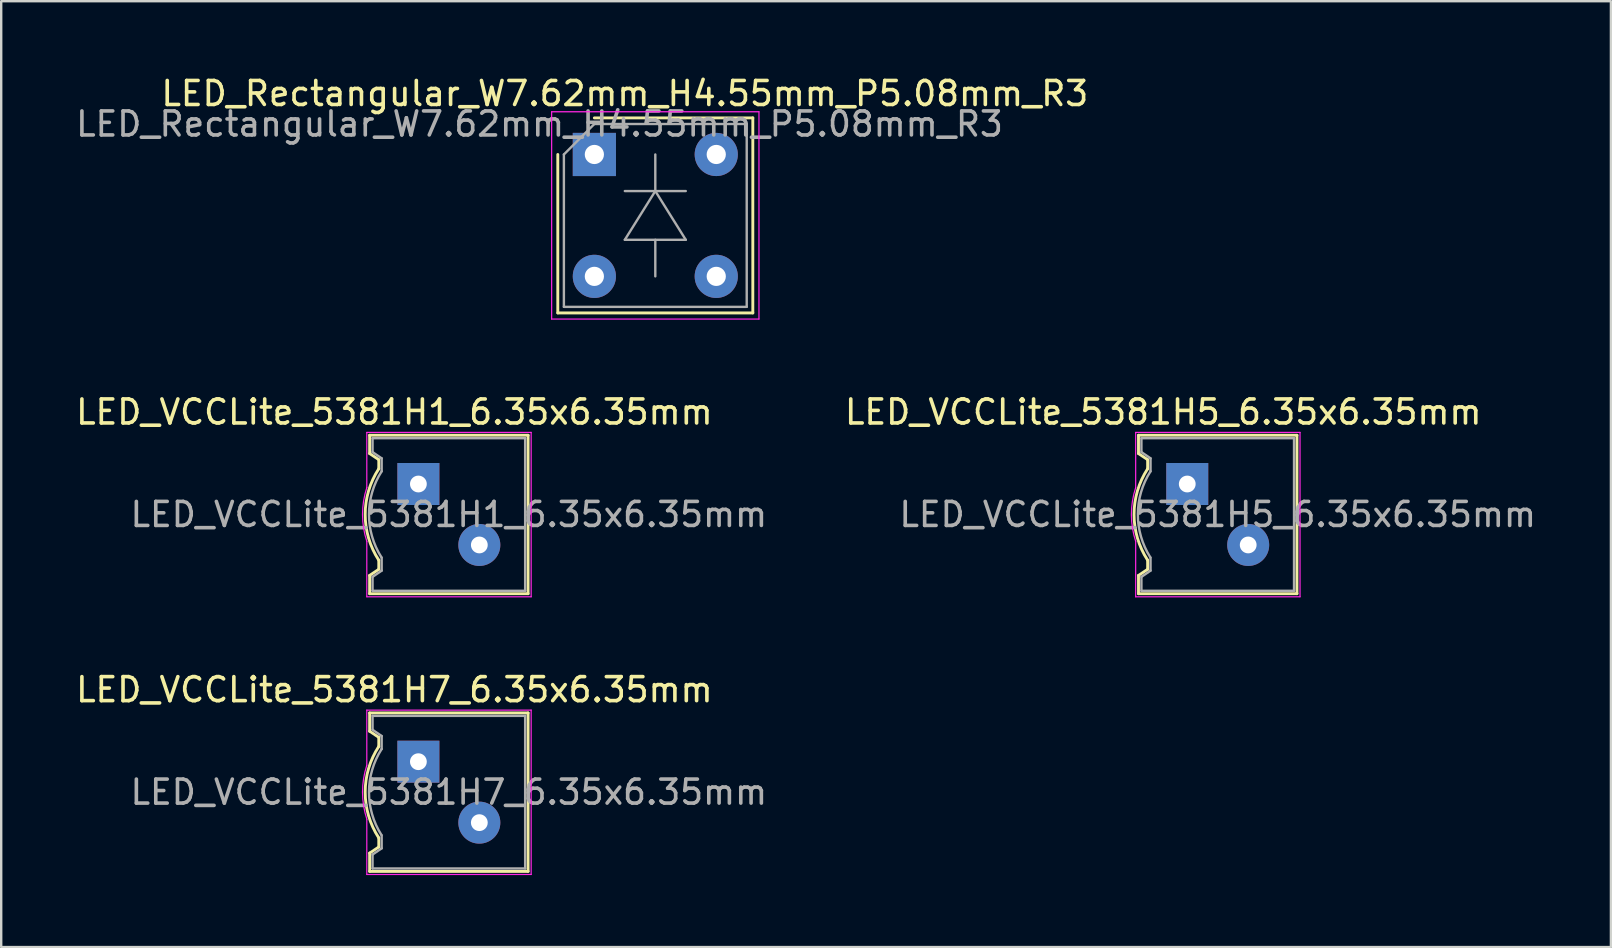
<source format=kicad_pcb>
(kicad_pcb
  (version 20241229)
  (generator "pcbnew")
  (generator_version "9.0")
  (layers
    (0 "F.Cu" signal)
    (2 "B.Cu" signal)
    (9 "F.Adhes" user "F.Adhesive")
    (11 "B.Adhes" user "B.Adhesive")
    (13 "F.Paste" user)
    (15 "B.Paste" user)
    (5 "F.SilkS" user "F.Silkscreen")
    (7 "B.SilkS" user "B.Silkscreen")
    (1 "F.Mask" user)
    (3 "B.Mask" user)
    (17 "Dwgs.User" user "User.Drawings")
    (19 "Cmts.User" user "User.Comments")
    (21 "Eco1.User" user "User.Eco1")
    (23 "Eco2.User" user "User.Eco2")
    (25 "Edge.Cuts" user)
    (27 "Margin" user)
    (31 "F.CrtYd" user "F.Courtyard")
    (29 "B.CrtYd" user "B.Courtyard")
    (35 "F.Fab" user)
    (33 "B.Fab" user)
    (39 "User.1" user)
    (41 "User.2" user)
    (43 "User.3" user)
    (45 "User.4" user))
  (footprint "LED_VCCLite_5381H7_6.35x6.35mm"
    (layer "F.Cu")
    (at 14.387 28.695)
    (property "Reference" "LED_VCCLite_5381H7_6.35x6.35mm" (at -1 -3 0) (layer "F.SilkS") (effects (font (size 1 1) (thickness 0.15))))
    (attr through_hole)
    (fp_line (start -2.032 -2.032) (end -2.032 -1.27) (stroke (width 0.12) (type solid)) (layer "F.SilkS"))
    (fp_line (start -2.032 -1.27) (end -1.651 -1.016) (stroke (width 0.12) (type solid)) (layer "F.SilkS"))
    (fp_line (start -2.032 4.572) (end -2.032 3.81) (stroke (width 0.12) (type solid)) (layer "F.SilkS"))
    (fp_line (start -1.651 -1.016) (end -1.651 -0.635) (stroke (width 0.12) (type solid)) (layer "F.SilkS"))
    (fp_line (start -1.651 3.556) (end -2.032 3.81) (stroke (width 0.12) (type solid)) (layer "F.SilkS"))
    (fp_line (start -1.651 3.556) (end -1.651 3.175) (stroke (width 0.12) (type solid)) (layer "F.SilkS"))
    (fp_line (start 4.572 -2.032) (end -2.032 -2.032) (stroke (width 0.12) (type solid)) (layer "F.SilkS"))
    (fp_line (start 4.572 4.572) (end -2.032 4.572) (stroke (width 0.12) (type solid)) (layer "F.SilkS"))
    (fp_line (start 4.572 4.572) (end 4.572 -2.032) (stroke (width 0.12) (type solid)) (layer "F.SilkS"))
    (fp_arc (start -1.651753 3.173843) (mid -2.2173 1.26931) (end -1.650999 -0.634999) (stroke (width 0.12) (type solid)) (layer "F.SilkS"))
    (fp_line (start -2.15 -2.15) (end -2.15 0.15) (stroke (width 0.05) (type solid)) (layer "F.CrtYd"))
    (fp_line (start -2.15 -2.15) (end 4.7 -2.15) (stroke (width 0.05) (type solid)) (layer "F.CrtYd"))
    (fp_line (start -2.15 4.7) (end -2.15 2.4) (stroke (width 0.05) (type solid)) (layer "F.CrtYd"))
    (fp_line (start 4.7 -2.15) (end 4.7 4.7) (stroke (width 0.05) (type solid)) (layer "F.CrtYd"))
    (fp_line (start 4.7 4.7) (end -2.15 4.7) (stroke (width 0.05) (type solid)) (layer "F.CrtYd"))
    (fp_arc (start -2.147033 2.39902) (mid -2.328719 1.274748) (end -2.15 0.15) (stroke (width 0.05) (type solid)) (layer "F.CrtYd"))
    (fp_line (start -1.91 -1.91) (end -1.91 -1.33) (stroke (width 0.1) (type solid)) (layer "F.Fab"))
    (fp_line (start -1.91 -1.91) (end 4.45 -1.91) (stroke (width 0.1) (type solid)) (layer "F.Fab"))
    (fp_line (start -1.91 -1.33) (end -1.53 -1.07) (stroke (width 0.1) (type solid)) (layer "F.Fab"))
    (fp_line (start -1.91 3.87) (end -1.53 3.61) (stroke (width 0.1) (type solid)) (layer "F.Fab"))
    (fp_line (start -1.91 4.45) (end -1.91 3.87) (stroke (width 0.1) (type solid)) (layer "F.Fab"))
    (fp_line (start -1.53 -1.07) (end -1.53 -0.53) (stroke (width 0.1) (type solid)) (layer "F.Fab"))
    (fp_line (start -1.53 3.61) (end -1.53 3.07) (stroke (width 0.1) (type solid)) (layer "F.Fab"))
    (fp_line (start 4.45 -1.91) (end 4.45 4.45) (stroke (width 0.1) (type solid)) (layer "F.Fab"))
    (fp_line (start 4.45 4.45) (end -1.91 4.45) (stroke (width 0.1) (type solid)) (layer "F.Fab"))
    (fp_arc (start -1.538265 3.057078) (mid -2.058655 1.26233) (end -1.53 -0.53) (stroke (width 0.1) (type solid)) (layer "F.Fab"))
    (fp_text user "${REFERENCE}" (at 1.27 1.27 0) (layer "F.Fab") (effects (font (size 1 1) (thickness 0.15))))
    (pad "1" thru_hole rect (at 0 0 270) (size 1.75 1.75) (drill 0.7) (layers "*.Cu" "*.Mask"))
    (pad "2" thru_hole circle (at 2.54 2.54 270) (size 1.75 1.75) (drill 0.7) (layers "*.Cu" "*.Mask")))
  (footprint "LED_VCCLite_5381H1_6.35x6.35mm"
    (layer "F.Cu")
    (at 14.387 17.122)
    (property "Reference" "LED_VCCLite_5381H1_6.35x6.35mm" (at -1 -3 0) (layer "F.SilkS") (effects (font (size 1 1) (thickness 0.15))))
    (attr through_hole)
    (fp_line (start -2.032 -2.032) (end -2.032 -1.27) (stroke (width 0.12) (type solid)) (layer "F.SilkS"))
    (fp_line (start -2.032 -1.27) (end -1.651 -1.016) (stroke (width 0.12) (type solid)) (layer "F.SilkS"))
    (fp_line (start -2.032 4.572) (end -2.032 3.81) (stroke (width 0.12) (type solid)) (layer "F.SilkS"))
    (fp_line (start -1.651 -1.016) (end -1.651 -0.635) (stroke (width 0.12) (type solid)) (layer "F.SilkS"))
    (fp_line (start -1.651 3.556) (end -2.032 3.81) (stroke (width 0.12) (type solid)) (layer "F.SilkS"))
    (fp_line (start -1.651 3.556) (end -1.651 3.175) (stroke (width 0.12) (type solid)) (layer "F.SilkS"))
    (fp_line (start 4.572 -2.032) (end -2.032 -2.032) (stroke (width 0.12) (type solid)) (layer "F.SilkS"))
    (fp_line (start 4.572 4.572) (end -2.032 4.572) (stroke (width 0.12) (type solid)) (layer "F.SilkS"))
    (fp_line (start 4.572 4.572) (end 4.572 -2.032) (stroke (width 0.12) (type solid)) (layer "F.SilkS"))
    (fp_arc (start -1.651753 3.173843) (mid -2.2173 1.26931) (end -1.650999 -0.634999) (stroke (width 0.12) (type solid)) (layer "F.SilkS"))
    (fp_line (start -2.15 -2.15) (end -2.15 0.15) (stroke (width 0.05) (type solid)) (layer "F.CrtYd"))
    (fp_line (start -2.15 -2.15) (end 4.7 -2.15) (stroke (width 0.05) (type solid)) (layer "F.CrtYd"))
    (fp_line (start -2.15 4.7) (end -2.15 2.4) (stroke (width 0.05) (type solid)) (layer "F.CrtYd"))
    (fp_line (start 4.7 -2.15) (end 4.7 4.7) (stroke (width 0.05) (type solid)) (layer "F.CrtYd"))
    (fp_line (start 4.7 4.7) (end -2.15 4.7) (stroke (width 0.05) (type solid)) (layer "F.CrtYd"))
    (fp_arc (start -2.147033 2.39902) (mid -2.328719 1.274748) (end -2.15 0.15) (stroke (width 0.05) (type solid)) (layer "F.CrtYd"))
    (fp_line (start -1.91 -1.91) (end -1.91 -1.33) (stroke (width 0.1) (type solid)) (layer "F.Fab"))
    (fp_line (start -1.91 -1.91) (end 4.45 -1.91) (stroke (width 0.1) (type solid)) (layer "F.Fab"))
    (fp_line (start -1.91 -1.33) (end -1.53 -1.07) (stroke (width 0.1) (type solid)) (layer "F.Fab"))
    (fp_line (start -1.91 3.87) (end -1.53 3.61) (stroke (width 0.1) (type solid)) (layer "F.Fab"))
    (fp_line (start -1.91 4.45) (end -1.91 3.87) (stroke (width 0.1) (type solid)) (layer "F.Fab"))
    (fp_line (start -1.53 -1.07) (end -1.53 -0.53) (stroke (width 0.1) (type solid)) (layer "F.Fab"))
    (fp_line (start -1.53 3.61) (end -1.53 3.07) (stroke (width 0.1) (type solid)) (layer "F.Fab"))
    (fp_line (start 4.45 -1.91) (end 4.45 4.45) (stroke (width 0.1) (type solid)) (layer "F.Fab"))
    (fp_line (start 4.45 4.45) (end -1.91 4.45) (stroke (width 0.1) (type solid)) (layer "F.Fab"))
    (fp_arc (start -1.538265 3.057078) (mid -2.058655 1.26233) (end -1.53 -0.53) (stroke (width 0.1) (type solid)) (layer "F.Fab"))
    (fp_text user "${REFERENCE}" (at 1.27 1.27 0) (layer "F.Fab") (effects (font (size 1 1) (thickness 0.15))))
    (pad "1" thru_hole rect (at 0 0 270) (size 1.75 1.75) (drill 0.7) (layers "*.Cu" "*.Mask"))
    (pad "2" thru_hole circle (at 2.54 2.54 270) (size 1.75 1.75) (drill 0.7) (layers "*.Cu" "*.Mask")))
  (footprint "LED_Rectangular_W7.62mm_H4.55mm_P5.08mm_R3"
    (layer "F.Cu")
    (at 21.721 3.388)
    (property "Reference" "LED_Rectangular_W7.62mm_H4.55mm_P5.08mm_R3" (at 1.27 -2.54 0) (layer "F.SilkS") (effects (font (size 1 1) (thickness 0.15))))
    (attr through_hole)
    (fp_line (start -1.524 0) (end -1.524 6.604) (stroke (width 0.12) (type solid)) (layer "F.SilkS"))
    (fp_line (start -1.524 6.604) (end 6.604 6.604) (stroke (width 0.12) (type solid)) (layer "F.SilkS"))
    (fp_line (start 6.604 -1.524) (end 0 -1.524) (stroke (width 0.12) (type solid)) (layer "F.SilkS"))
    (fp_line (start 6.604 6.604) (end 6.604 -1.524) (stroke (width 0.12) (type solid)) (layer "F.SilkS"))
    (fp_line (start -1.78 -1.78) (end 6.86 -1.78) (stroke (width 0.05) (type solid)) (layer "F.CrtYd"))
    (fp_line (start -1.78 6.86) (end -1.78 -1.78) (stroke (width 0.05) (type solid)) (layer "F.CrtYd"))
    (fp_line (start 6.86 -1.78) (end 6.86 6.86) (stroke (width 0.05) (type solid)) (layer "F.CrtYd"))
    (fp_line (start 6.86 6.86) (end -1.78 6.86) (stroke (width 0.05) (type solid)) (layer "F.CrtYd"))
    (fp_line (start -1.27 0) (end -1.27 6.35) (stroke (width 0.1) (type solid)) (layer "F.Fab"))
    (fp_line (start -1.27 6.35) (end 6.35 6.35) (stroke (width 0.1) (type solid)) (layer "F.Fab"))
    (fp_line (start 0 -1.27) (end -1.27 0) (stroke (width 0.1) (type solid)) (layer "F.Fab"))
    (fp_line (start 1.27 1.524) (end 3.81 1.524) (stroke (width 0.1) (type solid)) (layer "F.Fab"))
    (fp_line (start 1.27 3.556) (end 2.54 1.524) (stroke (width 0.1) (type solid)) (layer "F.Fab"))
    (fp_line (start 2.54 0) (end 2.54 1.524) (stroke (width 0.1) (type solid)) (layer "F.Fab"))
    (fp_line (start 2.54 1.524) (end 3.81 3.556) (stroke (width 0.1) (type solid)) (layer "F.Fab"))
    (fp_line (start 2.54 3.556) (end 2.54 5.08) (stroke (width 0.1) (type solid)) (layer "F.Fab"))
    (fp_line (start 3.81 3.556) (end 1.27 3.556) (stroke (width 0.1) (type solid)) (layer "F.Fab"))
    (fp_line (start 6.35 -1.27) (end 0 -1.27) (stroke (width 0.1) (type solid)) (layer "F.Fab"))
    (fp_line (start 6.35 6.35) (end 6.35 -1.27) (stroke (width 0.1) (type solid)) (layer "F.Fab"))
    (fp_text user "${REFERENCE}" (at -2.286 -1.27 0) (layer "F.Fab") (effects (font (size 1 1) (thickness 0.15))))
    (pad "1" thru_hole rect (at 0 0) (size 1.8 1.8) (drill 0.8) (layers "*.Cu" "*.Mask"))
    (pad "1" thru_hole circle (at 5.08 0) (size 1.8 1.8) (drill 0.8) (layers "*.Cu" "*.Mask"))
    (pad "2" thru_hole circle (at 0 5.08) (size 1.8 1.8) (drill 0.8) (layers "*.Cu" "*.Mask"))
    (pad "2" thru_hole circle (at 5.08 5.08) (size 1.8 1.8) (drill 0.8) (layers "*.Cu" "*.Mask")))
  (footprint "LED_VCCLite_5381H5_6.35x6.35mm"
    (layer "F.Cu")
    (at 46.431 17.122)
    (property "Reference" "LED_VCCLite_5381H5_6.35x6.35mm" (at -1 -3 0) (layer "F.SilkS") (effects (font (size 1 1) (thickness 0.15))))
    (attr through_hole)
    (fp_line (start -2.032 -2.032) (end -2.032 -1.27) (stroke (width 0.12) (type solid)) (layer "F.SilkS"))
    (fp_line (start -2.032 -1.27) (end -1.651 -1.016) (stroke (width 0.12) (type solid)) (layer "F.SilkS"))
    (fp_line (start -2.032 4.572) (end -2.032 3.81) (stroke (width 0.12) (type solid)) (layer "F.SilkS"))
    (fp_line (start -1.651 -1.016) (end -1.651 -0.635) (stroke (width 0.12) (type solid)) (layer "F.SilkS"))
    (fp_line (start -1.651 3.556) (end -2.032 3.81) (stroke (width 0.12) (type solid)) (layer "F.SilkS"))
    (fp_line (start -1.651 3.556) (end -1.651 3.175) (stroke (width 0.12) (type solid)) (layer "F.SilkS"))
    (fp_line (start 4.572 -2.032) (end -2.032 -2.032) (stroke (width 0.12) (type solid)) (layer "F.SilkS"))
    (fp_line (start 4.572 4.572) (end -2.032 4.572) (stroke (width 0.12) (type solid)) (layer "F.SilkS"))
    (fp_line (start 4.572 4.572) (end 4.572 -2.032) (stroke (width 0.12) (type solid)) (layer "F.SilkS"))
    (fp_arc (start -1.651753 3.173843) (mid -2.2173 1.26931) (end -1.650999 -0.634999) (stroke (width 0.12) (type solid)) (layer "F.SilkS"))
    (fp_line (start -2.15 -2.15) (end -2.15 0.15) (stroke (width 0.05) (type solid)) (layer "F.CrtYd"))
    (fp_line (start -2.15 -2.15) (end 4.7 -2.15) (stroke (width 0.05) (type solid)) (layer "F.CrtYd"))
    (fp_line (start -2.15 4.7) (end -2.15 2.4) (stroke (width 0.05) (type solid)) (layer "F.CrtYd"))
    (fp_line (start 4.7 -2.15) (end 4.7 4.7) (stroke (width 0.05) (type solid)) (layer "F.CrtYd"))
    (fp_line (start 4.7 4.7) (end -2.15 4.7) (stroke (width 0.05) (type solid)) (layer "F.CrtYd"))
    (fp_arc (start -2.147033 2.39902) (mid -2.328719 1.274748) (end -2.15 0.15) (stroke (width 0.05) (type solid)) (layer "F.CrtYd"))
    (fp_line (start -1.91 -1.91) (end -1.91 -1.33) (stroke (width 0.1) (type solid)) (layer "F.Fab"))
    (fp_line (start -1.91 -1.91) (end 4.45 -1.91) (stroke (width 0.1) (type solid)) (layer "F.Fab"))
    (fp_line (start -1.91 -1.33) (end -1.53 -1.07) (stroke (width 0.1) (type solid)) (layer "F.Fab"))
    (fp_line (start -1.91 3.87) (end -1.53 3.61) (stroke (width 0.1) (type solid)) (layer "F.Fab"))
    (fp_line (start -1.91 4.45) (end -1.91 3.87) (stroke (width 0.1) (type solid)) (layer "F.Fab"))
    (fp_line (start -1.53 -1.07) (end -1.53 -0.53) (stroke (width 0.1) (type solid)) (layer "F.Fab"))
    (fp_line (start -1.53 3.61) (end -1.53 3.07) (stroke (width 0.1) (type solid)) (layer "F.Fab"))
    (fp_line (start 4.45 -1.91) (end 4.45 4.45) (stroke (width 0.1) (type solid)) (layer "F.Fab"))
    (fp_line (start 4.45 4.45) (end -1.91 4.45) (stroke (width 0.1) (type solid)) (layer "F.Fab"))
    (fp_arc (start -1.538265 3.057078) (mid -2.058655 1.26233) (end -1.53 -0.53) (stroke (width 0.1) (type solid)) (layer "F.Fab"))
    (fp_text user "${REFERENCE}" (at 1.27 1.27 0) (layer "F.Fab") (effects (font (size 1 1) (thickness 0.15))))
    (pad "1" thru_hole rect (at 0 0 270) (size 1.75 1.75) (drill 0.7) (layers "*.Cu" "*.Mask"))
    (pad "2" thru_hole circle (at 2.54 2.54 270) (size 1.75 1.75) (drill 0.7) (layers "*.Cu" "*.Mask")))
  (gr_rect
    (start -3 -3)
    (end 64.088 36.42)
    (stroke (width 0.1) (type default))
    (fill no)
    (layer "Edge.Cuts")))
</source>
